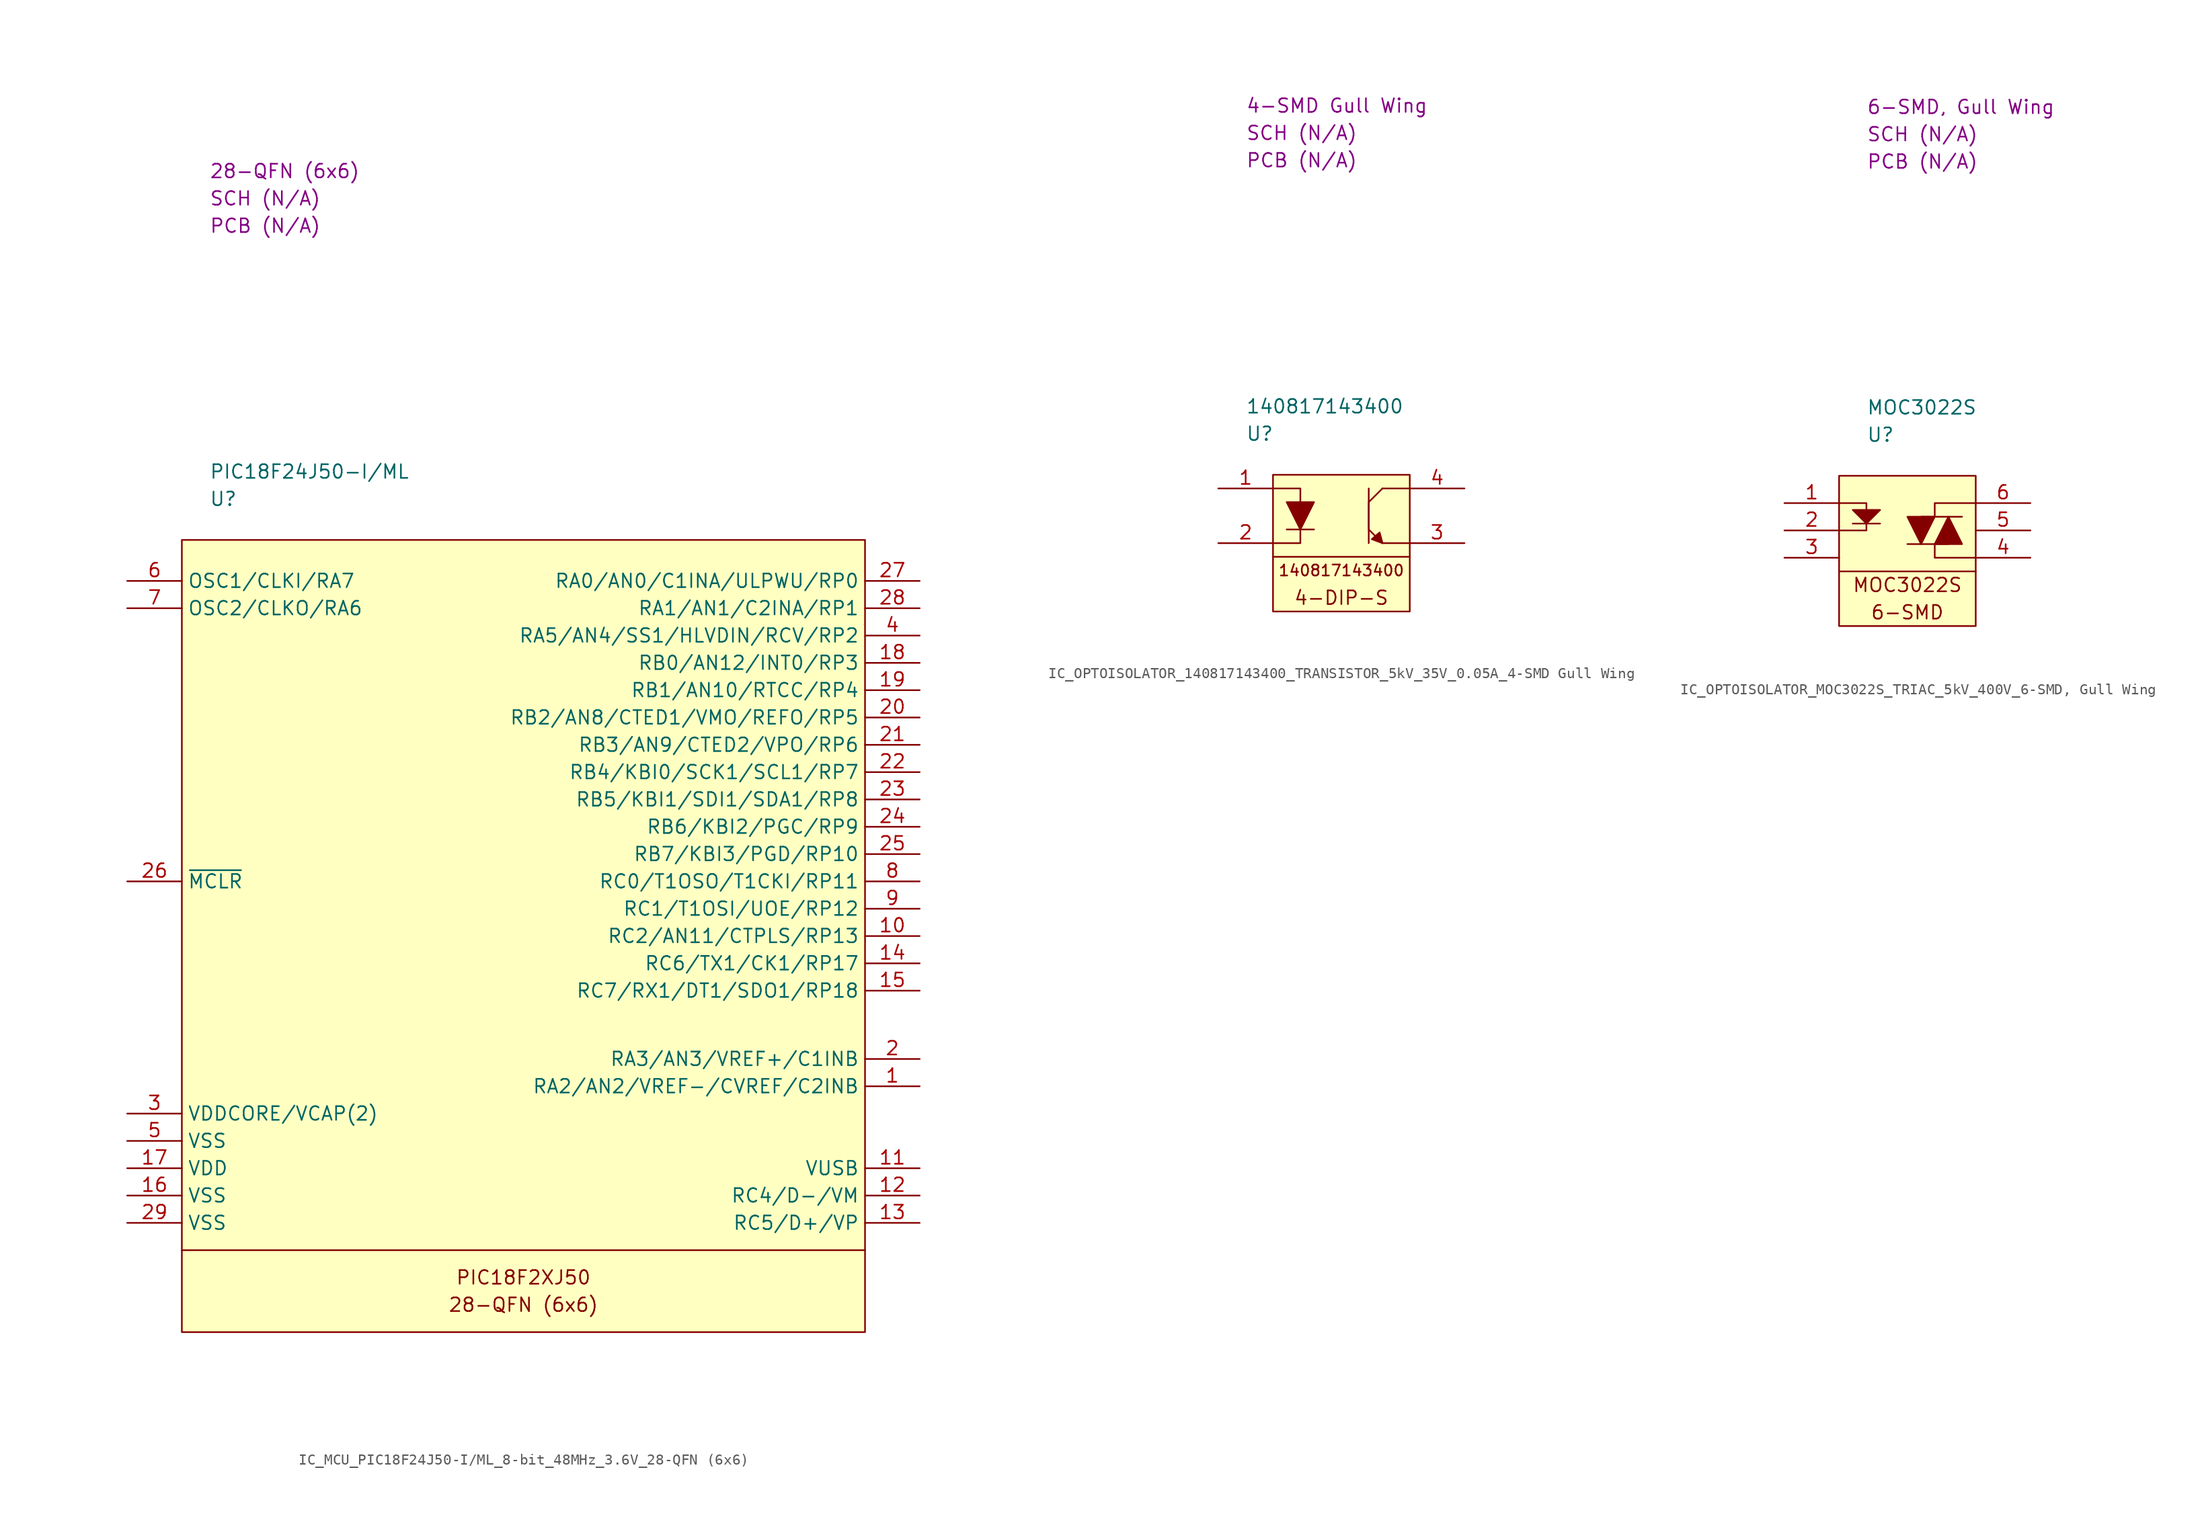
<source format=kicad_sym>
(kicad_symbol_lib
  (version 20220914)
  (generator kicad_symbol_editor)
  (symbol "IC_MCU_PIC18F24J50-I/ML_8-bit_48MHz_3.6V_28-QFN (6x6)"
    (property "Reference" "U"
      (at 2.54 3.81 0)
      (effects (font (size 1.27 1.27)) (justify left)))
    (property "Value" "PIC18F24J50-I/ML"
      (at 2.54 6.35 0)
      (effects (font (size 1.27 1.27)) (justify left)))
    (property "SCH CHECK" "SCH (N/A)"
      (at 2.54 31.75 0)
      (effects (font (size 1.27 1.27)) (justify left)))
    (property "Package" "28-QFN (6x6)"
      (at 2.54 34.29 0)
      (effects (font (size 1.27 1.27)) (justify left)))
    (property "PCB CHECk" "PCB (N/A)"
      (at 2.54 29.21 0)
      (effects (font (size 1.27 1.27)) (justify left)))
    (symbol "IC_MCU_PIC18F24J50-I/ML_8-bit_48MHz_3.6V_28-QFN (6x6)_0_0"
      (text "28-QFN (6x6)" (at 31.75 -71.12 0) (effects (font (size 1.27 1.27))))
      (text "PIC18F2XJ50" (at 31.75 -68.58 0) (effects (font (size 1.27 1.27)))))
    (symbol "IC_MCU_PIC18F24J50-I/ML_8-bit_48MHz_3.6V_28-QFN (6x6)_0_1"
      (polyline (pts (xy 0 -66.04) (xy 63.5 -66.04)) (stroke (width 0) (type default)) (fill (type none)))
      (rectangle (start 0 0) (end 63.5 -73.66) (stroke (width 0) (type default)) (fill (type background))))
    (symbol "IC_MCU_PIC18F24J50-I/ML_8-bit_48MHz_3.6V_28-QFN (6x6)_1_1"
      (pin passive line (at 68.58 -50.8 180) (length 5.08) (name "RA2/AN2/VREF-/CVREF/C2INB" (effects (font (size 1.27 1.27)))) (number "1" (effects (font (size 1.27 1.27)))))
      (pin passive line (at 68.58 -36.83 180) (length 5.08) (name "RC2/AN11/CTPLS/RP13" (effects (font (size 1.27 1.27)))) (number "10" (effects (font (size 1.27 1.27)))))
      (pin passive line (at 68.58 -58.42 180) (length 5.08) (name "VUSB" (effects (font (size 1.27 1.27)))) (number "11" (effects (font (size 1.27 1.27)))))
      (pin passive line (at 68.58 -60.96 180) (length 5.08) (name "RC4/D-/VM" (effects (font (size 1.27 1.27)))) (number "12" (effects (font (size 1.27 1.27)))))
      (pin passive line (at 68.58 -63.5 180) (length 5.08) (name "RC5/D+/VP" (effects (font (size 1.27 1.27)))) (number "13" (effects (font (size 1.27 1.27)))))
      (pin passive line (at 68.58 -39.37 180) (length 5.08) (name "RC6/TX1/CK1/RP17" (effects (font (size 1.27 1.27)))) (number "14" (effects (font (size 1.27 1.27)))))
      (pin passive line (at 68.58 -41.91 180) (length 5.08) (name "RC7/RX1/DT1/SDO1/RP18" (effects (font (size 1.27 1.27)))) (number "15" (effects (font (size 1.27 1.27)))))
      (pin passive line (at -5.08 -60.96 0) (length 5.08) (name "VSS" (effects (font (size 1.27 1.27)))) (number "16" (effects (font (size 1.27 1.27)))))
      (pin passive line (at -5.08 -58.42 0) (length 5.08) (name "VDD" (effects (font (size 1.27 1.27)))) (number "17" (effects (font (size 1.27 1.27)))))
      (pin passive line (at 68.58 -11.43 180) (length 5.08) (name "RB0/AN12/INT0/RP3" (effects (font (size 1.27 1.27)))) (number "18" (effects (font (size 1.27 1.27)))))
      (pin passive line (at 68.58 -13.97 180) (length 5.08) (name "RB1/AN10/RTCC/RP4" (effects (font (size 1.27 1.27)))) (number "19" (effects (font (size 1.27 1.27)))))
      (pin passive line (at 68.58 -48.26 180) (length 5.08) (name "RA3/AN3/VREF+/C1INB" (effects (font (size 1.27 1.27)))) (number "2" (effects (font (size 1.27 1.27)))))
      (pin passive line (at 68.58 -16.51 180) (length 5.08) (name "RB2/AN8/CTED1/VMO/REFO/RP5" (effects (font (size 1.27 1.27)))) (number "20" (effects (font (size 1.27 1.27)))))
      (pin passive line (at 68.58 -19.05 180) (length 5.08) (name "RB3/AN9/CTED2/VPO/RP6" (effects (font (size 1.27 1.27)))) (number "21" (effects (font (size 1.27 1.27)))))
      (pin passive line (at 68.58 -21.59 180) (length 5.08) (name "RB4/KBI0/SCK1/SCL1/RP7" (effects (font (size 1.27 1.27)))) (number "22" (effects (font (size 1.27 1.27)))))
      (pin passive line (at 68.58 -24.13 180) (length 5.08) (name "RB5/KBI1/SDI1/SDA1/RP8" (effects (font (size 1.27 1.27)))) (number "23" (effects (font (size 1.27 1.27)))))
      (pin passive line (at 68.58 -26.67 180) (length 5.08) (name "RB6/KBI2/PGC/RP9" (effects (font (size 1.27 1.27)))) (number "24" (effects (font (size 1.27 1.27)))))
      (pin passive line (at 68.58 -29.21 180) (length 5.08) (name "RB7/KBI3/PGD/RP10" (effects (font (size 1.27 1.27)))) (number "25" (effects (font (size 1.27 1.27)))))
      (pin passive line (at -5.08 -31.75 0) (length 5.08) (name "~{MCLR}" (effects (font (size 1.27 1.27)))) (number "26" (effects (font (size 1.27 1.27)))))
      (pin passive line (at 68.58 -3.81 180) (length 5.08) (name "RA0/AN0/C1INA/ULPWU/RP0" (effects (font (size 1.27 1.27)))) (number "27" (effects (font (size 1.27 1.27)))))
      (pin passive line (at 68.58 -6.35 180) (length 5.08) (name "RA1/AN1/C2INA/RP1" (effects (font (size 1.27 1.27)))) (number "28" (effects (font (size 1.27 1.27)))))
      (pin passive line (at -5.08 -63.5 0) (length 5.08) (name "VSS" (effects (font (size 1.27 1.27)))) (number "29" (effects (font (size 1.27 1.27)))))
      (pin passive line (at -5.08 -53.34 0) (length 5.08) (name "VDDCORE/VCAP(2)" (effects (font (size 1.27 1.27)))) (number "3" (effects (font (size 1.27 1.27)))))
      (pin passive line (at 68.58 -8.89 180) (length 5.08) (name "RA5/AN4/SS1/HLVDIN/RCV/RP2" (effects (font (size 1.27 1.27)))) (number "4" (effects (font (size 1.27 1.27)))))
      (pin passive line (at -5.08 -55.88 0) (length 5.08) (name "VSS" (effects (font (size 1.27 1.27)))) (number "5" (effects (font (size 1.27 1.27)))))
      (pin passive line (at -5.08 -3.81 0) (length 5.08) (name "OSC1/CLKI/RA7" (effects (font (size 1.27 1.27)))) (number "6" (effects (font (size 1.27 1.27)))))
      (pin passive line (at -5.08 -6.35 0) (length 5.08) (name "OSC2/CLKO/RA6" (effects (font (size 1.27 1.27)))) (number "7" (effects (font (size 1.27 1.27)))))
      (pin passive line (at 68.58 -31.75 180) (length 5.08) (name "RC0/T1OSO/T1CKI/RP11" (effects (font (size 1.27 1.27)))) (number "8" (effects (font (size 1.27 1.27)))))
      (pin passive line (at 68.58 -34.29 180) (length 5.08) (name "RC1/T1OSI/UOE/RP12" (effects (font (size 1.27 1.27)))) (number "9" (effects (font (size 1.27 1.27)))))))
  (symbol "IC_OPTOISOLATOR_140817143400_TRANSISTOR_5kV_35V_0.05A_4-SMD Gull Wing"
    (property "Reference" "U"
      (at 2.54 3.81 0)
      (effects (font (size 1.27 1.27)) (justify left)))
    (property "Value" "140817143400"
      (at 2.54 6.35 0)
      (effects (font (size 1.27 1.27)) (justify left)))
    (property "SCH CHECK" "SCH (N/A)"
      (at 2.54 31.75 0)
      (effects (font (size 1.27 1.27)) (justify left)))
    (property "Package" "4-SMD Gull Wing"
      (at 2.54 34.29 0)
      (effects (font (size 1.27 1.27)) (justify left)))
    (property "PCB CHECk" "PCB (N/A)"
      (at 2.54 29.21 0)
      (effects (font (size 1.27 1.27)) (justify left)))
    (symbol "IC_OPTOISOLATOR_140817143400_TRANSISTOR_5kV_35V_0.05A_4-SMD Gull Wing_0_0"
      (polyline (pts (xy 13.97 -1.27) (xy 13.97 -6.35)) (stroke (width 0) (type default)) (fill (type none)))
      (polyline (pts (xy 17.78 -1.27) (xy 15.24 -1.27) (xy 15.24 -1.27)) (stroke (width 0) (type default)) (fill (type none)))
      (polyline (pts (xy 14.974 -5.363) (xy 14.26 -5.98) (xy 15.253 -6.354) (xy 14.978 -5.359)) (stroke (width 0) (type default)) (fill (type outline)))
      (polyline (pts (xy 15.24 -1.27) (xy 13.97 -2.54) (xy 13.97 -5.08) (xy 15.24 -6.35)) (stroke (width 0) (type default)) (fill (type none)))
      (text "140817143400" (at 11.43 -8.89 0) (effects (font (size 1.016 1.016))))
      (text "4-DIP-S" (at 11.43 -11.43 0) (effects (font (size 1.27 1.27)))))
    (symbol "IC_OPTOISOLATOR_140817143400_TRANSISTOR_5kV_35V_0.05A_4-SMD Gull Wing_0_1"
      (polyline (pts (xy 5.08 -7.62) (xy 17.78 -7.62)) (stroke (width 0) (type default)) (fill (type none)))
      (polyline (pts (xy 6.35 -5.08) (xy 8.89 -5.08)) (stroke (width 0) (type default)) (fill (type none)))
      (polyline (pts (xy 17.78 -6.35) (xy 15.24 -6.35) (xy 15.24 -6.35)) (stroke (width 0) (type default)) (fill (type none)))
      (polyline (pts (xy 5.08 -1.27) (xy 7.62 -1.27) (xy 7.62 -6.35) (xy 5.08 -6.35)) (stroke (width 0) (type default)) (fill (type none)))
      (polyline (pts (xy 6.35 -2.54) (xy 8.89 -2.54) (xy 7.62 -5.08) (xy 6.35 -2.54)) (stroke (width 0) (type default)) (fill (type outline)))
      (rectangle (start 5.08 0) (end 17.78 -12.7) (stroke (width 0) (type default)) (fill (type background))))
    (symbol "IC_OPTOISOLATOR_140817143400_TRANSISTOR_5kV_35V_0.05A_4-SMD Gull Wing_1_1"
      (pin passive line (at 0 -1.27 0) (length 5.08) (name "" (effects (font (size 1.27 1.27)))) (number "1" (effects (font (size 1.27 1.27)))))
      (pin passive line (at 0 -6.35 0) (length 5.08) (name "" (effects (font (size 1.27 1.27)))) (number "2" (effects (font (size 1.27 1.27)))))
      (pin passive line (at 22.86 -6.35 180) (length 5.08) (name "" (effects (font (size 1.27 1.27)))) (number "3" (effects (font (size 1.27 1.27)))))
      (pin passive line (at 22.86 -1.27 180) (length 5.08) (name "" (effects (font (size 1.27 1.27)))) (number "4" (effects (font (size 1.27 1.27)))))))
  (symbol "IC_OPTOISOLATOR_MOC3022S_TRIAC_5kV_400V_6-SMD, Gull Wing"
    (property "Reference" "U"
      (at 2.54 3.81 0)
      (effects (font (size 1.27 1.27)) (justify left)))
    (property "Value" "MOC3022S"
      (at 2.54 6.35 0)
      (effects (font (size 1.27 1.27)) (justify left)))
    (property "SCH CHECK" "SCH (N/A)"
      (at 2.54 31.75 0)
      (effects (font (size 1.27 1.27)) (justify left)))
    (property "Package" "6-SMD, Gull Wing"
      (at 2.54 34.29 0)
      (effects (font (size 1.27 1.27)) (justify left)))
    (property "PCB CHECk" "PCB (N/A)"
      (at 2.54 29.21 0)
      (effects (font (size 1.27 1.27)) (justify left)))
    (symbol "IC_OPTOISOLATOR_MOC3022S_TRIAC_5kV_400V_6-SMD, Gull Wing_0_0"
      (text "6-SMD" (at 6.35 -12.7 0) (effects (font (size 1.27 1.27))))
      (text "MOC3022S" (at 6.35 -10.16 0) (effects (font (size 1.27 1.27)))))
    (symbol "IC_OPTOISOLATOR_MOC3022S_TRIAC_5kV_400V_6-SMD, Gull Wing_0_1"
      (polyline (pts (xy 0 -8.89) (xy 12.7 -8.89)) (stroke (width 0) (type default)) (fill (type none)))
      (polyline (pts (xy 1.27 -4.445) (xy 3.81 -4.445)) (stroke (width 0) (type default)) (fill (type none)))
      (polyline (pts (xy 6.35 -6.35) (xy 10.16 -6.35)) (stroke (width 0) (type default)) (fill (type none)))
      (polyline (pts (xy 7.62 -3.81) (xy 11.43 -3.81)) (stroke (width 0) (type default)) (fill (type none)))
      (polyline (pts (xy 12.7 -7.62) (xy 8.89 -7.62) (xy 8.89 -6.35)) (stroke (width 0) (type default)) (fill (type none)))
      (polyline (pts (xy 12.7 -2.54) (xy 8.89 -2.54) (xy 8.89 -3.81)) (stroke (width 0) (type default)) (fill (type none)))
      (polyline (pts (xy 0 -2.54) (xy 2.54 -2.54) (xy 2.54 -5.08) (xy 0 -5.08)) (stroke (width 0) (type default)) (fill (type none)))
      (polyline (pts (xy 1.27 -3.175) (xy 3.81 -3.175) (xy 2.54 -4.445) (xy 1.27 -3.175)) (stroke (width 0) (type default)) (fill (type outline)))
      (polyline (pts (xy 7.62 -6.35) (xy 8.89 -3.81) (xy 6.35 -3.81) (xy 7.62 -6.35)) (stroke (width 0) (type default)) (fill (type outline)))
      (polyline (pts (xy 10.16 -3.81) (xy 8.89 -6.35) (xy 11.43 -6.35) (xy 10.16 -3.81)) (stroke (width 0) (type default)) (fill (type outline)))
      (rectangle (start 0 0) (end 12.7 -13.97) (stroke (width 0) (type default)) (fill (type background))))
    (symbol "IC_OPTOISOLATOR_MOC3022S_TRIAC_5kV_400V_6-SMD, Gull Wing_1_1"
      (pin passive line (at -5.08 -2.54 0) (length 5.08) (name "" (effects (font (size 1.27 1.27)))) (number "1" (effects (font (size 1.27 1.27)))))
      (pin passive line (at -5.08 -5.08 0) (length 5.08) (name "" (effects (font (size 1.27 1.27)))) (number "2" (effects (font (size 1.27 1.27)))))
      (pin passive line (at -5.08 -7.62 0) (length 5.08) (name "" (effects (font (size 1.27 1.27)))) (number "3" (effects (font (size 1.27 1.27)))))
      (pin passive line (at 17.78 -7.62 180) (length 5.08) (name "" (effects (font (size 1.27 1.27)))) (number "4" (effects (font (size 1.27 1.27)))))
      (pin passive line (at 17.78 -5.08 180) (length 5.08) (name "" (effects (font (size 1.27 1.27)))) (number "5" (effects (font (size 1.27 1.27)))))
      (pin passive line (at 17.78 -2.54 180) (length 5.08) (name "" (effects (font (size 1.27 1.27)))) (number "6" (effects (font (size 1.27 1.27))))))))
</source>
